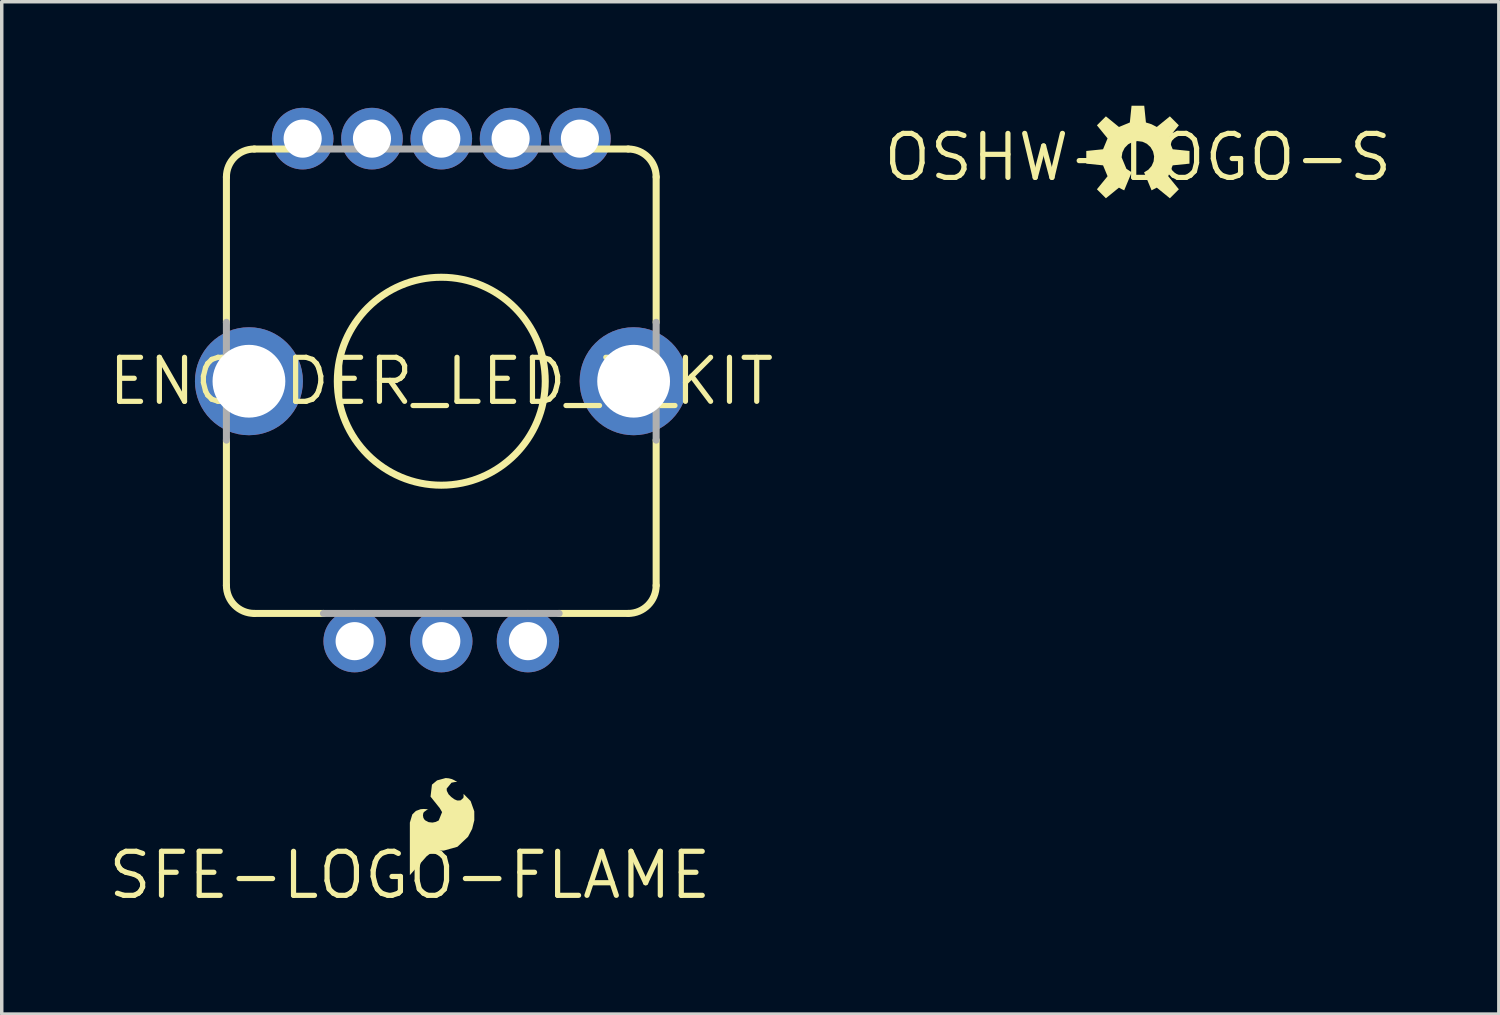
<source format=kicad_pcb>
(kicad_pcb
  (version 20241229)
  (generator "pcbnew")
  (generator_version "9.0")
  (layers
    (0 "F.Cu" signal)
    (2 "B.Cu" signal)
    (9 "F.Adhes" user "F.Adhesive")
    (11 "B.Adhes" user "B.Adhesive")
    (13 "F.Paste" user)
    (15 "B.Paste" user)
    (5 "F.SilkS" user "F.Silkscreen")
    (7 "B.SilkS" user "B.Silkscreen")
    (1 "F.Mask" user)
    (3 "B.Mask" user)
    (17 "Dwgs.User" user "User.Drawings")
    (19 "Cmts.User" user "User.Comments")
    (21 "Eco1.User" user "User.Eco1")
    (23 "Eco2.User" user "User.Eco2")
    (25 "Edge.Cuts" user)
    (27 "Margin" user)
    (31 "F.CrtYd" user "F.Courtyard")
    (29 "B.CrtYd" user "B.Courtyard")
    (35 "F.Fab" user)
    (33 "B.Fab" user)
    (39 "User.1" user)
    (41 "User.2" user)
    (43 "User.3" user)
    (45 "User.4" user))
  (footprint "ENCODER_LED_3_KIT"
    (layer "F.Cu")
    (at 9.683 7.95)
    (property "Reference" "ENCODER_LED_3_KIT" (at 0 0 0) (layer "F.SilkS") (effects (font (size 1.27 1.27) (thickness 0.15))))
    (attr through_hole)
    (fp_poly (pts (xy -4.016 -7.55) (xy -4.186 -7.523) (xy -4.339 -7.445) (xy -4.461 -7.323) (xy -4.566 -7) (xy -4.566 -6.95) (xy -4.542 -6.795) (xy -4.471 -6.656) (xy -4.36 -6.545) (xy -4.066 -6.45) (xy -4.016 -6.45) (xy -3.846 -6.477) (xy -3.693 -6.555) (xy -3.571 -6.677) (xy -3.466 -7) (xy -3.493 -7.17) (xy -3.571 -7.323) (xy -3.693 -7.445)) (stroke (width 0) (type solid)) (fill yes) (layer "F.Mask"))
    (fp_poly (pts (xy -2.5 6.95) (xy -2.67 6.977) (xy -2.823 7.055) (xy -2.945 7.177) (xy -3.05 7.5) (xy -3.05 7.55) (xy -3.026 7.705) (xy -2.955 7.844) (xy -2.844 7.955) (xy -2.55 8.05) (xy -2.5 8.05) (xy -2.33 8.023) (xy -2.177 7.945) (xy -2.055 7.823) (xy -1.95 7.5) (xy -1.977 7.33) (xy -2.055 7.177) (xy -2.177 7.055)) (stroke (width 0) (type solid)) (fill yes) (layer "F.Mask"))
    (fp_poly (pts (xy -2.016 -7.55) (xy -2.186 -7.523) (xy -2.339 -7.445) (xy -2.461 -7.323) (xy -2.566 -7) (xy -2.566 -6.95) (xy -2.542 -6.795) (xy -2.471 -6.656) (xy -2.36 -6.545) (xy -2.066 -6.45) (xy -2.016 -6.45) (xy -1.846 -6.477) (xy -1.693 -6.555) (xy -1.571 -6.677) (xy -1.466 -7) (xy -1.493 -7.17) (xy -1.571 -7.323) (xy -1.693 -7.445)) (stroke (width 0) (type solid)) (fill yes) (layer "F.Mask"))
    (fp_poly (pts (xy 1.984 -7.55) (xy 1.814 -7.523) (xy 1.661 -7.445) (xy 1.539 -7.323) (xy 1.434 -7) (xy 1.434 -6.95) (xy 1.458 -6.795) (xy 1.529 -6.656) (xy 1.64 -6.545) (xy 1.934 -6.45) (xy 1.984 -6.45) (xy 2.154 -6.477) (xy 2.307 -6.555) (xy 2.429 -6.677) (xy 2.534 -7) (xy 2.507 -7.17) (xy 2.429 -7.323) (xy 2.307 -7.445)) (stroke (width 0) (type solid)) (fill yes) (layer "F.Mask"))
    (fp_poly (pts (xy 2.55 6.95) (xy 2.38 6.977) (xy 2.227 7.055) (xy 2.105 7.177) (xy 2 7.5) (xy 2 7.55) (xy 2.024 7.705) (xy 2.095 7.844) (xy 2.206 7.955) (xy 2.5 8.05) (xy 2.55 8.05) (xy 2.72 8.023) (xy 2.873 7.945) (xy 2.995 7.823) (xy 3.1 7.5) (xy 3.073 7.33) (xy 2.995 7.177) (xy 2.873 7.055)) (stroke (width 0) (type solid)) (fill yes) (layer "F.Mask"))
    (fp_poly (pts (xy 4.016 -7.55) (xy 3.846 -7.523) (xy 3.693 -7.445) (xy 3.571 -7.323) (xy 3.466 -7) (xy 3.466 -6.95) (xy 3.49 -6.795) (xy 3.561 -6.656) (xy 3.672 -6.545) (xy 3.966 -6.45) (xy 4.016 -6.45) (xy 4.186 -6.477) (xy 4.339 -6.555) (xy 4.461 -6.677) (xy 4.566 -7) (xy 4.539 -7.17) (xy 4.461 -7.323) (xy 4.339 -7.445)) (stroke (width 0) (type solid)) (fill yes) (layer "F.Mask"))
    (fp_poly (pts (xy 0 6.95) (xy -0.17 6.977) (xy -0.323 7.055) (xy -0.445 7.177) (xy -0.55 7.5) (xy -0.55 7.55) (xy -0.55 7.55) (xy -0.526 7.705) (xy -0.455 7.844) (xy -0.344 7.955) (xy -0.205 8.026) (xy -0.05 8.05) (xy 0 8.05) (xy 0.17 8.023) (xy 0.323 7.945) (xy 0.445 7.823) (xy 0.55 7.5) (xy 0.523 7.33) (xy 0.445 7.177) (xy 0.323 7.055)) (stroke (width 0) (type solid)) (fill yes) (layer "F.Mask"))
    (fp_poly (pts (xy -0.016 -7.55) (xy -0.016 -7.55) (xy -0.186 -7.523) (xy -0.339 -7.445) (xy -0.461 -7.323) (xy -0.566 -7) (xy -0.566 -6.95) (xy -0.566 -6.95) (xy -0.542 -6.795) (xy -0.471 -6.656) (xy -0.36 -6.545) (xy -0.221 -6.474) (xy -0.066 -6.45) (xy -0.016 -6.45) (xy 0.154 -6.477) (xy 0.307 -6.555) (xy 0.429 -6.677) (xy 0.534 -7) (xy 0.507 -7.17) (xy 0.429 -7.323) (xy 0.307 -7.445)) (stroke (width 0) (type solid)) (fill yes) (layer "F.Mask"))
    (fp_poly (pts (xy -5.55 -1) (xy -5.773 -0.975) (xy -5.984 -0.901) (xy -6.173 -0.782) (xy -6.332 -0.623) (xy -6.451 -0.434) (xy -6.55 0) (xy -6.525 0.223) (xy -6.451 0.434) (xy -6.332 0.623) (xy -6.173 0.782) (xy -5.984 0.901) (xy -5.55 1) (xy -5.327 0.975) (xy -5.116 0.901) (xy -4.927 0.782) (xy -4.768 0.623) (xy -4.649 0.434) (xy -4.55 0) (xy -4.575 -0.223) (xy -4.649 -0.434) (xy -4.768 -0.623) (xy -4.927 -0.782) (xy -5.116 -0.901)) (stroke (width 0) (type solid)) (fill yes) (layer "F.Mask"))
    (fp_poly (pts (xy 5.55 -1) (xy 5.327 -0.975) (xy 5.116 -0.901) (xy 4.927 -0.782) (xy 4.768 -0.623) (xy 4.649 -0.434) (xy 4.55 0) (xy 4.575 0.223) (xy 4.649 0.434) (xy 4.768 0.623) (xy 4.927 0.782) (xy 5.116 0.901) (xy 5.55 1) (xy 5.773 0.975) (xy 5.984 0.901) (xy 6.173 0.782) (xy 6.332 0.623) (xy 6.451 0.434) (xy 6.55 0) (xy 6.525 -0.223) (xy 6.451 -0.434) (xy 6.332 -0.623) (xy 6.173 -0.782) (xy 5.984 -0.901)) (stroke (width 0) (type solid)) (fill yes) (layer "F.Mask"))
    (fp_poly (pts (xy -3.05 -7) (xy -3.074 -7.211) (xy -3.144 -7.412) (xy -3.257 -7.592) (xy -3.408 -7.743) (xy -3.588 -7.856) (xy -4 -7.95) (xy -4.211 -7.926) (xy -4.412 -7.856) (xy -4.592 -7.743) (xy -4.743 -7.592) (xy -4.856 -7.412) (xy -4.95 -7) (xy -4.926 -6.789) (xy -4.856 -6.588) (xy -4.743 -6.408) (xy -4.592 -6.257) (xy -4.412 -6.144) (xy -4 -6.05) (xy -3.789 -6.074) (xy -3.588 -6.144) (xy -3.408 -6.257) (xy -3.257 -6.408) (xy -3.144 -6.588)) (stroke (width 0) (type solid)) (fill yes) (layer "B.Mask"))
    (fp_poly (pts (xy -1.55 7.5) (xy -1.574 7.289) (xy -1.644 7.088) (xy -1.757 6.908) (xy -1.908 6.757) (xy -2.088 6.644) (xy -2.5 6.55) (xy -2.711 6.574) (xy -2.912 6.644) (xy -3.092 6.757) (xy -3.243 6.908) (xy -3.356 7.088) (xy -3.45 7.5) (xy -3.426 7.711) (xy -3.356 7.912) (xy -3.243 8.092) (xy -3.092 8.243) (xy -2.912 8.356) (xy -2.5 8.45) (xy -2.289 8.426) (xy -2.088 8.356) (xy -1.908 8.243) (xy -1.757 8.092) (xy -1.644 7.912)) (stroke (width 0) (type solid)) (fill yes) (layer "B.Mask"))
    (fp_poly (pts (xy -1.05 -7) (xy -1.074 -7.211) (xy -1.144 -7.412) (xy -1.257 -7.592) (xy -1.408 -7.743) (xy -1.588 -7.856) (xy -2 -7.95) (xy -2.211 -7.926) (xy -2.412 -7.856) (xy -2.592 -7.743) (xy -2.743 -7.592) (xy -2.856 -7.412) (xy -2.95 -7) (xy -2.926 -6.789) (xy -2.856 -6.588) (xy -2.743 -6.408) (xy -2.592 -6.257) (xy -2.412 -6.144) (xy -2 -6.05) (xy -1.789 -6.074) (xy -1.588 -6.144) (xy -1.408 -6.257) (xy -1.257 -6.408) (xy -1.144 -6.588)) (stroke (width 0) (type solid)) (fill yes) (layer "B.Mask"))
    (fp_poly (pts (xy 0.95 -7) (xy 0.926 -7.211) (xy 0.856 -7.412) (xy 0.743 -7.592) (xy 0.592 -7.743) (xy 0.412 -7.856) (xy 0 -7.95) (xy -0.211 -7.926) (xy -0.412 -7.856) (xy -0.592 -7.743) (xy -0.743 -7.592) (xy -0.856 -7.412) (xy -0.95 -7) (xy -0.926 -6.789) (xy -0.856 -6.588) (xy -0.743 -6.408) (xy -0.592 -6.257) (xy -0.412 -6.144) (xy 0 -6.05) (xy 0.211 -6.074) (xy 0.412 -6.144) (xy 0.592 -6.257) (xy 0.743 -6.408) (xy 0.856 -6.588)) (stroke (width 0) (type solid)) (fill yes) (layer "B.Mask"))
    (fp_poly (pts (xy 0.95 7.5) (xy 0.926 7.289) (xy 0.856 7.088) (xy 0.743 6.908) (xy 0.592 6.757) (xy 0.412 6.644) (xy 0 6.55) (xy -0.211 6.574) (xy -0.412 6.644) (xy -0.592 6.757) (xy -0.743 6.908) (xy -0.856 7.088) (xy -0.95 7.5) (xy -0.926 7.711) (xy -0.856 7.912) (xy -0.743 8.092) (xy -0.592 8.243) (xy -0.412 8.356) (xy 0 8.45) (xy 0.211 8.426) (xy 0.412 8.356) (xy 0.592 8.243) (xy 0.743 8.092) (xy 0.856 7.912)) (stroke (width 0) (type solid)) (fill yes) (layer "B.Mask"))
    (fp_poly (pts (xy 2.95 -7) (xy 2.926 -7.211) (xy 2.856 -7.412) (xy 2.743 -7.592) (xy 2.592 -7.743) (xy 2.412 -7.856) (xy 2 -7.95) (xy 1.789 -7.926) (xy 1.588 -7.856) (xy 1.408 -7.743) (xy 1.257 -7.592) (xy 1.144 -7.412) (xy 1.05 -7) (xy 1.074 -6.789) (xy 1.144 -6.588) (xy 1.257 -6.408) (xy 1.408 -6.257) (xy 1.588 -6.144) (xy 2 -6.05) (xy 2.211 -6.074) (xy 2.412 -6.144) (xy 2.592 -6.257) (xy 2.743 -6.408) (xy 2.856 -6.588)) (stroke (width 0) (type solid)) (fill yes) (layer "B.Mask"))
    (fp_poly (pts (xy 3.45 7.5) (xy 3.426 7.289) (xy 3.356 7.088) (xy 3.243 6.908) (xy 3.092 6.757) (xy 2.912 6.644) (xy 2.5 6.55) (xy 2.289 6.574) (xy 2.088 6.644) (xy 1.908 6.757) (xy 1.757 6.908) (xy 1.644 7.088) (xy 1.55 7.5) (xy 1.574 7.711) (xy 1.644 7.912) (xy 1.757 8.092) (xy 1.908 8.243) (xy 2.088 8.356) (xy 2.5 8.45) (xy 2.711 8.426) (xy 2.912 8.356) (xy 3.092 8.243) (xy 3.243 8.092) (xy 3.356 7.912)) (stroke (width 0) (type solid)) (fill yes) (layer "B.Mask"))
    (fp_poly (pts (xy 4.95 -7) (xy 4.926 -7.211) (xy 4.856 -7.412) (xy 4.743 -7.592) (xy 4.592 -7.743) (xy 4.412 -7.856) (xy 4 -7.95) (xy 3.789 -7.926) (xy 3.588 -7.856) (xy 3.408 -7.743) (xy 3.257 -7.592) (xy 3.144 -7.412) (xy 3.05 -7) (xy 3.074 -6.789) (xy 3.144 -6.588) (xy 3.257 -6.408) (xy 3.408 -6.257) (xy 3.588 -6.144) (xy 4 -6.05) (xy 4.211 -6.074) (xy 4.412 -6.144) (xy 4.592 -6.257) (xy 4.743 -6.408) (xy 4.856 -6.588)) (stroke (width 0) (type solid)) (fill yes) (layer "B.Mask"))
    (fp_poly (pts (xy -7.1 0) (xy -7.076 -0.269) (xy -7.007 -0.53) (xy -6.892 -0.775) (xy -6.737 -0.996) (xy -6.546 -1.187) (xy -6.325 -1.342) (xy -6.08 -1.457) (xy -5.819 -1.526) (xy -5.55 -1.55) (xy -5.281 -1.526) (xy -5.02 -1.457) (xy -4.775 -1.342) (xy -4.554 -1.187) (xy -4.363 -0.996) (xy -4.208 -0.775) (xy -4.093 -0.53) (xy -4 0) (xy -4.024 0.269) (xy -4.093 0.53) (xy -4.208 0.775) (xy -4.363 0.996) (xy -4.554 1.187) (xy -4.775 1.342) (xy -5.02 1.457) (xy -5.281 1.526) (xy -5.55 1.55) (xy -5.819 1.526) (xy -6.08 1.457) (xy -6.325 1.342) (xy -6.546 1.187) (xy -6.737 0.996) (xy -6.892 0.775) (xy -7.007 0.53) (xy -7.076 0.269)) (stroke (width 0) (type solid)) (fill yes) (layer "B.Mask"))
    (fp_poly (pts (xy 4 0) (xy 4.024 -0.269) (xy 4.093 -0.53) (xy 4.208 -0.775) (xy 4.363 -0.996) (xy 4.554 -1.187) (xy 4.775 -1.342) (xy 5.02 -1.457) (xy 5.281 -1.526) (xy 5.55 -1.55) (xy 5.819 -1.526) (xy 6.08 -1.457) (xy 6.325 -1.342) (xy 6.546 -1.187) (xy 6.737 -0.996) (xy 6.892 -0.775) (xy 7.007 -0.53) (xy 7.1 0) (xy 7.076 0.269) (xy 7.007 0.53) (xy 6.892 0.775) (xy 6.737 0.996) (xy 6.546 1.187) (xy 6.325 1.342) (xy 6.08 1.457) (xy 5.819 1.526) (xy 5.55 1.55) (xy 5.281 1.526) (xy 5.02 1.457) (xy 4.775 1.342) (xy 4.554 1.187) (xy 4.363 0.996) (xy 4.208 0.775) (xy 4.093 0.53) (xy 4.024 0.269)) (stroke (width 0) (type solid)) (fill yes) (layer "B.Mask"))
    (fp_line (start -6.2 -1.7) (end -6.2 -5.894) (stroke (width 0.203) (type solid)) (layer "F.SilkS"))
    (fp_line (start -6.2 1.7) (end -6.2 5.894) (stroke (width 0.203) (type solid)) (layer "F.SilkS"))
    (fp_line (start -5.394 -6.7) (end -3.9 -6.7) (stroke (width 0.203) (type solid)) (layer "F.SilkS"))
    (fp_line (start -5.394 6.7) (end -3.4 6.7) (stroke (width 0.203) (type solid)) (layer "F.SilkS"))
    (fp_line (start 5.394 -6.7) (end 3.9 -6.7) (stroke (width 0.203) (type solid)) (layer "F.SilkS"))
    (fp_line (start 5.394 6.7) (end 3.4 6.7) (stroke (width 0.203) (type solid)) (layer "F.SilkS"))
    (fp_line (start 6.2 -1.7) (end 6.2 -5.894) (stroke (width 0.203) (type solid)) (layer "F.SilkS"))
    (fp_line (start 6.2 1.7) (end 6.2 5.894) (stroke (width 0.203) (type solid)) (layer "F.SilkS"))
    (fp_arc (start -6.2 -5.8938) (mid -5.963869 -6.463869) (end -5.3938 -6.7) (stroke (width 0.2032) (type solid)) (layer "F.SilkS"))
    (fp_arc (start -5.3938 6.7) (mid -5.963869 6.463869) (end -6.2 5.8938) (stroke (width 0.2032) (type solid)) (layer "F.SilkS"))
    (fp_arc (start 5.3938 -6.7) (mid 5.963869 -6.463869) (end 6.2 -5.8938) (stroke (width 0.2032) (type solid)) (layer "F.SilkS"))
    (fp_arc (start 6.2 5.8938) (mid 5.963869 6.463869) (end 5.3938 6.7) (stroke (width 0.2032) (type solid)) (layer "F.SilkS"))
    (fp_circle (center 0 0) (end 3 0) (stroke (width 0.203) (type solid)) (fill no) (layer "F.SilkS"))
    (fp_line (start -6.2 1.7) (end -6.2 -1.7) (stroke (width 0.203) (type solid)) (layer "F.Fab"))
    (fp_line (start -3.9 -6.7) (end 3.9 -6.7) (stroke (width 0.203) (type solid)) (layer "F.Fab"))
    (fp_line (start 3.4 6.7) (end -3.4 6.7) (stroke (width 0.203) (type solid)) (layer "F.Fab"))
    (fp_line (start 6.2 -1.7) (end 6.2 1.7) (stroke (width 0.203) (type solid)) (layer "F.Fab"))
    (pad "1" thru_hole circle (at -4 -7) (size 1.778 1.778) (drill 1.1) (layers "*.Cu" "*.Mask"))
    (pad "2" thru_hole circle (at -2 -7) (size 1.778 1.778) (drill 1.1) (layers "*.Cu" "*.Mask"))
    (pad "3" thru_hole circle (at 0 -7) (size 1.778 1.778) (drill 1.1) (layers "*.Cu" "*.Mask"))
    (pad "4" thru_hole circle (at 2 -7) (size 1.778 1.778) (drill 1.1) (layers "*.Cu" "*.Mask"))
    (pad "5" thru_hole circle (at 4 -7) (size 1.778 1.778) (drill 1.1) (layers "*.Cu" "*.Mask"))
    (pad "A" thru_hole circle (at -2.5 7.5) (size 1.8 1.8) (drill 1.1) (layers "*.Cu" "*.Mask"))
    (pad "B" thru_hole circle (at 2.5 7.5) (size 1.8 1.8) (drill 1.1) (layers "*.Cu" "*.Mask"))
    (pad "C" thru_hole circle (at 0 7.5) (size 1.8 1.8) (drill 1.1) (layers "*.Cu" "*.Mask"))
    (pad "M1" thru_hole circle (at -5.55 0) (size 3.116 3.116) (drill 2.1) (layers "*.Cu" "*.Mask"))
    (pad "M2" thru_hole circle (at 5.55 0) (size 3.116 3.116) (drill 2.1) (layers "*.Cu" "*.Mask")))
  (footprint "OSHW-LOGO-S"
    (layer "F.Cu")
    (at 29.783 1.489)
    (property "Reference" "OSHW-LOGO-S" (at 0 0 0) (layer "F.SilkS") (effects (font (size 1.27 1.27) (thickness 0.15))))
    (attr through_hole)
    (fp_poly (pts (xy 0.395 0.953) (xy 0.546 0.875) (xy 0.923 1.182) (xy 1.182 0.923) (xy 0.875 0.546) (xy 1.005 0.232) (xy 1.489 0.183) (xy 1.489 -0.183) (xy 1.005 -0.232) (xy 0.875 -0.546) (xy 1.182 -0.923) (xy 0.923 -1.182) (xy 0.546 -0.875) (xy 0.395 -0.953) (xy 0.232 -1.005) (xy 0.183 -1.489) (xy -0.183 -1.489) (xy -0.232 -1.005) (xy -0.546 -0.875) (xy -0.923 -1.182) (xy -1.182 -0.923) (xy -0.875 -0.546) (xy -1.005 -0.232) (xy -1.489 -0.183) (xy -1.489 0.183) (xy -1.005 0.232) (xy -0.875 0.546) (xy -1.182 0.923) (xy -0.923 1.182) (xy -0.546 0.875) (xy -0.472 0.917) (xy -0.395 0.953) (xy -0.179 0.433) (xy -0.179 0.433) (xy -0.332 0.331) (xy -0.469 0) (xy -0.447 -0.142) (xy -0.382 -0.271) (xy -0.282 -0.374) (xy -0.155 -0.442) (xy -0.013 -0.468) (xy 0.13 -0.45) (xy 0.26 -0.39) (xy 0.366 -0.292) (xy 0.438 -0.167) (xy 0.468 -0.026) (xy 0.454 0.117) (xy 0.397 0.249) (xy 0.302 0.358) (xy 0.179 0.433)) (stroke (width 0) (type solid)) (fill yes) (layer "F.SilkS")))
  (footprint "SFE-LOGO-FLAME"
    (layer "F.Cu")
    (at 8.776 22.204)
    (property "Reference" "SFE-LOGO-FLAME" (at 0 0 0) (layer "F.SilkS") (effects (font (size 1.27 1.27) (thickness 0.15))))
    (attr through_hole)
    (fp_poly (pts (xy 0.546 -1.897) (xy 0.498 -1.905) (xy 0.404 -1.912) (xy 0.31 -1.905) (xy 0.175 -1.855) (xy 0.071 -1.755) (xy 0.0001 -1.519) (xy 0.0001 -0.003) (xy 0.488 -0.551) (xy 0.676 -0.691) (xy 0.713 -0.704) (xy 0.752 -0.711) (xy 0.981 -0.711) (xy 1.372 -0.82) (xy 1.679 -1.11) (xy 1.679 -1.11) (xy 1.798 -1.338) (xy 1.86 -1.587) (xy 1.859 -1.844) (xy 1.859 -1.844) (xy 1.753 -2.141) (xy 1.55 -2.347) (xy 1.55 -2.258) (xy 1.542 -2.23) (xy 1.473 -2.167) (xy 1.463 -2.162) (xy 1.453 -2.159) (xy 1.367 -2.156) (xy 1.288 -2.189) (xy 1.196 -2.256) (xy 1.118 -2.334) (xy 1.067 -2.433) (xy 1.062 -2.499) (xy 1.202 -2.67) (xy 1.306 -2.69) (xy 1.367 -2.69) (xy 1.367 -2.69) (xy 1.364 -2.692) (xy 1.27 -2.748) (xy 1.252 -2.755) (xy 1.234 -2.764) (xy 1.223 -2.769) (xy 1.212 -2.774) (xy 1.124 -2.796) (xy 1.034 -2.804) (xy 0.785 -2.736) (xy 0.638 -2.614) (xy 0.638 -2.614) (xy 0.597 -2.268) (xy 0.861 -1.938) (xy 0.861 -1.938) (xy 0.93 -1.821) (xy 0.833 -1.58) (xy 0.747 -1.538) (xy 0.653 -1.519) (xy 0.653 -1.519) (xy 0.543 -1.531) (xy 0.445 -1.582) (xy 0.411 -1.618) (xy 0.389 -1.661) (xy 0.378 -1.728) (xy 0.389 -1.796) (xy 0.411 -1.826) (xy 0.495 -1.887) (xy 0.495 -1.887) (xy 0.52 -1.898)) (stroke (width 0) (type solid)) (fill yes) (layer "F.SilkS")))
  (gr_rect
    (start -3 -3)
    (end 40.198 26.21)
    (stroke (width 0.1) (type default))
    (fill no)
    (layer "Edge.Cuts")))
</source>
